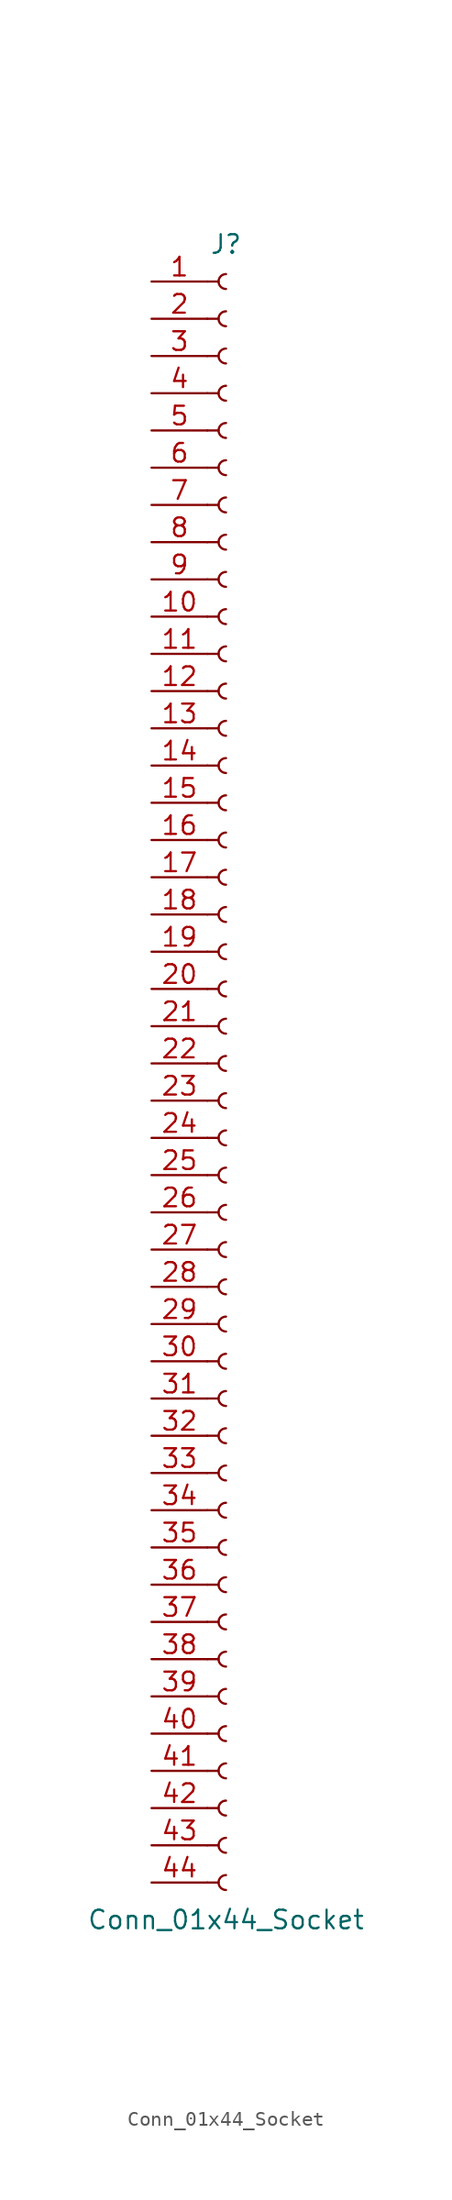
<source format=kicad_sym>
(kicad_symbol_lib
  (version 20241209)
  (generator "kicad_symbol_editor")
  (generator_version "9.0")
  (symbol "Conn_01x44_Socket"
    (pin_names
      (offset 1.016)
      (hide yes))
    (property "Reference" "J"
      (at 0 55.88 0)
      (effects (font (size 1.27 1.27))))
    (property "Value" "Conn_01x44_Socket"
      (at 0 -58.42 0)
      (effects (font (size 1.27 1.27))))
    (property "ki_locked" ""
      (at 0 0 0)
      (effects (font (size 1.27 1.27))))
    (symbol "Conn_01x44_Socket_1_1"
      (polyline (pts (xy -1.27 53.34) (xy -0.508 53.34)) (stroke (width 0.152) (type default)) (fill (type none)))
      (polyline (pts (xy -1.27 50.8) (xy -0.508 50.8)) (stroke (width 0.152) (type default)) (fill (type none)))
      (polyline (pts (xy -1.27 48.26) (xy -0.508 48.26)) (stroke (width 0.152) (type default)) (fill (type none)))
      (polyline (pts (xy -1.27 45.72) (xy -0.508 45.72)) (stroke (width 0.152) (type default)) (fill (type none)))
      (polyline (pts (xy -1.27 43.18) (xy -0.508 43.18)) (stroke (width 0.152) (type default)) (fill (type none)))
      (polyline (pts (xy -1.27 40.64) (xy -0.508 40.64)) (stroke (width 0.152) (type default)) (fill (type none)))
      (polyline (pts (xy -1.27 38.1) (xy -0.508 38.1)) (stroke (width 0.152) (type default)) (fill (type none)))
      (polyline (pts (xy -1.27 35.56) (xy -0.508 35.56)) (stroke (width 0.152) (type default)) (fill (type none)))
      (polyline (pts (xy -1.27 33.02) (xy -0.508 33.02)) (stroke (width 0.152) (type default)) (fill (type none)))
      (polyline (pts (xy -1.27 30.48) (xy -0.508 30.48)) (stroke (width 0.152) (type default)) (fill (type none)))
      (polyline (pts (xy -1.27 27.94) (xy -0.508 27.94)) (stroke (width 0.152) (type default)) (fill (type none)))
      (polyline (pts (xy -1.27 25.4) (xy -0.508 25.4)) (stroke (width 0.152) (type default)) (fill (type none)))
      (polyline (pts (xy -1.27 22.86) (xy -0.508 22.86)) (stroke (width 0.152) (type default)) (fill (type none)))
      (polyline (pts (xy -1.27 20.32) (xy -0.508 20.32)) (stroke (width 0.152) (type default)) (fill (type none)))
      (polyline (pts (xy -1.27 17.78) (xy -0.508 17.78)) (stroke (width 0.152) (type default)) (fill (type none)))
      (polyline (pts (xy -1.27 15.24) (xy -0.508 15.24)) (stroke (width 0.152) (type default)) (fill (type none)))
      (polyline (pts (xy -1.27 12.7) (xy -0.508 12.7)) (stroke (width 0.152) (type default)) (fill (type none)))
      (polyline (pts (xy -1.27 10.16) (xy -0.508 10.16)) (stroke (width 0.152) (type default)) (fill (type none)))
      (polyline (pts (xy -1.27 7.62) (xy -0.508 7.62)) (stroke (width 0.152) (type default)) (fill (type none)))
      (polyline (pts (xy -1.27 5.08) (xy -0.508 5.08)) (stroke (width 0.152) (type default)) (fill (type none)))
      (polyline (pts (xy -1.27 2.54) (xy -0.508 2.54)) (stroke (width 0.152) (type default)) (fill (type none)))
      (polyline (pts (xy -1.27 0) (xy -0.508 0)) (stroke (width 0.152) (type default)) (fill (type none)))
      (polyline (pts (xy -1.27 -2.54) (xy -0.508 -2.54)) (stroke (width 0.152) (type default)) (fill (type none)))
      (polyline (pts (xy -1.27 -5.08) (xy -0.508 -5.08)) (stroke (width 0.152) (type default)) (fill (type none)))
      (polyline (pts (xy -1.27 -7.62) (xy -0.508 -7.62)) (stroke (width 0.152) (type default)) (fill (type none)))
      (polyline (pts (xy -1.27 -10.16) (xy -0.508 -10.16)) (stroke (width 0.152) (type default)) (fill (type none)))
      (polyline (pts (xy -1.27 -12.7) (xy -0.508 -12.7)) (stroke (width 0.152) (type default)) (fill (type none)))
      (polyline (pts (xy -1.27 -15.24) (xy -0.508 -15.24)) (stroke (width 0.152) (type default)) (fill (type none)))
      (polyline (pts (xy -1.27 -17.78) (xy -0.508 -17.78)) (stroke (width 0.152) (type default)) (fill (type none)))
      (polyline (pts (xy -1.27 -20.32) (xy -0.508 -20.32)) (stroke (width 0.152) (type default)) (fill (type none)))
      (polyline (pts (xy -1.27 -22.86) (xy -0.508 -22.86)) (stroke (width 0.152) (type default)) (fill (type none)))
      (polyline (pts (xy -1.27 -25.4) (xy -0.508 -25.4)) (stroke (width 0.152) (type default)) (fill (type none)))
      (polyline (pts (xy -1.27 -27.94) (xy -0.508 -27.94)) (stroke (width 0.152) (type default)) (fill (type none)))
      (polyline (pts (xy -1.27 -30.48) (xy -0.508 -30.48)) (stroke (width 0.152) (type default)) (fill (type none)))
      (polyline (pts (xy -1.27 -33.02) (xy -0.508 -33.02)) (stroke (width 0.152) (type default)) (fill (type none)))
      (polyline (pts (xy -1.27 -35.56) (xy -0.508 -35.56)) (stroke (width 0.152) (type default)) (fill (type none)))
      (polyline (pts (xy -1.27 -38.1) (xy -0.508 -38.1)) (stroke (width 0.152) (type default)) (fill (type none)))
      (polyline (pts (xy -1.27 -40.64) (xy -0.508 -40.64)) (stroke (width 0.152) (type default)) (fill (type none)))
      (polyline (pts (xy -1.27 -43.18) (xy -0.508 -43.18)) (stroke (width 0.152) (type default)) (fill (type none)))
      (polyline (pts (xy -1.27 -45.72) (xy -0.508 -45.72)) (stroke (width 0.152) (type default)) (fill (type none)))
      (polyline (pts (xy -1.27 -48.26) (xy -0.508 -48.26)) (stroke (width 0.152) (type default)) (fill (type none)))
      (polyline (pts (xy -1.27 -50.8) (xy -0.508 -50.8)) (stroke (width 0.152) (type default)) (fill (type none)))
      (polyline (pts (xy -1.27 -53.34) (xy -0.508 -53.34)) (stroke (width 0.152) (type default)) (fill (type none)))
      (polyline (pts (xy -1.27 -55.88) (xy -0.508 -55.88)) (stroke (width 0.152) (type default)) (fill (type none)))
      (arc (start 0 52.832) (mid -0.5058 53.34) (end 0 53.848) (stroke (width 0.1524) (type default)) (fill (type none)))
      (arc (start 0 50.292) (mid -0.5058 50.8) (end 0 51.308) (stroke (width 0.1524) (type default)) (fill (type none)))
      (arc (start 0 47.752) (mid -0.5058 48.26) (end 0 48.768) (stroke (width 0.1524) (type default)) (fill (type none)))
      (arc (start 0 45.212) (mid -0.5058 45.72) (end 0 46.228) (stroke (width 0.1524) (type default)) (fill (type none)))
      (arc (start 0 42.672) (mid -0.5058 43.18) (end 0 43.688) (stroke (width 0.1524) (type default)) (fill (type none)))
      (arc (start 0 40.132) (mid -0.5058 40.64) (end 0 41.148) (stroke (width 0.1524) (type default)) (fill (type none)))
      (arc (start 0 37.592) (mid -0.5058 38.1) (end 0 38.608) (stroke (width 0.1524) (type default)) (fill (type none)))
      (arc (start 0 35.052) (mid -0.5058 35.56) (end 0 36.068) (stroke (width 0.1524) (type default)) (fill (type none)))
      (arc (start 0 32.512) (mid -0.5058 33.02) (end 0 33.528) (stroke (width 0.1524) (type default)) (fill (type none)))
      (arc (start 0 29.972) (mid -0.5058 30.48) (end 0 30.988) (stroke (width 0.1524) (type default)) (fill (type none)))
      (arc (start 0 27.432) (mid -0.5058 27.94) (end 0 28.448) (stroke (width 0.1524) (type default)) (fill (type none)))
      (arc (start 0 24.892) (mid -0.5058 25.4) (end 0 25.908) (stroke (width 0.1524) (type default)) (fill (type none)))
      (arc (start 0 22.352) (mid -0.5058 22.86) (end 0 23.368) (stroke (width 0.1524) (type default)) (fill (type none)))
      (arc (start 0 19.812) (mid -0.5058 20.32) (end 0 20.828) (stroke (width 0.1524) (type default)) (fill (type none)))
      (arc (start 0 17.272) (mid -0.5058 17.78) (end 0 18.288) (stroke (width 0.1524) (type default)) (fill (type none)))
      (arc (start 0 14.732) (mid -0.5058 15.24) (end 0 15.748) (stroke (width 0.1524) (type default)) (fill (type none)))
      (arc (start 0 12.192) (mid -0.5058 12.7) (end 0 13.208) (stroke (width 0.1524) (type default)) (fill (type none)))
      (arc (start 0 9.652) (mid -0.5058 10.16) (end 0 10.668) (stroke (width 0.1524) (type default)) (fill (type none)))
      (arc (start 0 7.112) (mid -0.5058 7.62) (end 0 8.128) (stroke (width 0.1524) (type default)) (fill (type none)))
      (arc (start 0 4.572) (mid -0.5058 5.08) (end 0 5.588) (stroke (width 0.1524) (type default)) (fill (type none)))
      (arc (start 0 2.032) (mid -0.5058 2.54) (end 0 3.048) (stroke (width 0.1524) (type default)) (fill (type none)))
      (arc (start 0 -0.508) (mid -0.5058 0) (end 0 0.508) (stroke (width 0.1524) (type default)) (fill (type none)))
      (arc (start 0 -3.048) (mid -0.5058 -2.54) (end 0 -2.032) (stroke (width 0.1524) (type default)) (fill (type none)))
      (arc (start 0 -5.588) (mid -0.5058 -5.08) (end 0 -4.572) (stroke (width 0.1524) (type default)) (fill (type none)))
      (arc (start 0 -8.128) (mid -0.5058 -7.62) (end 0 -7.112) (stroke (width 0.1524) (type default)) (fill (type none)))
      (arc (start 0 -10.668) (mid -0.5058 -10.16) (end 0 -9.652) (stroke (width 0.1524) (type default)) (fill (type none)))
      (arc (start 0 -13.208) (mid -0.5058 -12.7) (end 0 -12.192) (stroke (width 0.1524) (type default)) (fill (type none)))
      (arc (start 0 -15.748) (mid -0.5058 -15.24) (end 0 -14.732) (stroke (width 0.1524) (type default)) (fill (type none)))
      (arc (start 0 -18.288) (mid -0.5058 -17.78) (end 0 -17.272) (stroke (width 0.1524) (type default)) (fill (type none)))
      (arc (start 0 -20.828) (mid -0.5058 -20.32) (end 0 -19.812) (stroke (width 0.1524) (type default)) (fill (type none)))
      (arc (start 0 -23.368) (mid -0.5058 -22.86) (end 0 -22.352) (stroke (width 0.1524) (type default)) (fill (type none)))
      (arc (start 0 -25.908) (mid -0.5058 -25.4) (end 0 -24.892) (stroke (width 0.1524) (type default)) (fill (type none)))
      (arc (start 0 -28.448) (mid -0.5058 -27.94) (end 0 -27.432) (stroke (width 0.1524) (type default)) (fill (type none)))
      (arc (start 0 -30.988) (mid -0.5058 -30.48) (end 0 -29.972) (stroke (width 0.1524) (type default)) (fill (type none)))
      (arc (start 0 -33.528) (mid -0.5058 -33.02) (end 0 -32.512) (stroke (width 0.1524) (type default)) (fill (type none)))
      (arc (start 0 -36.068) (mid -0.5058 -35.56) (end 0 -35.052) (stroke (width 0.1524) (type default)) (fill (type none)))
      (arc (start 0 -38.608) (mid -0.5058 -38.1) (end 0 -37.592) (stroke (width 0.1524) (type default)) (fill (type none)))
      (arc (start 0 -41.148) (mid -0.5058 -40.64) (end 0 -40.132) (stroke (width 0.1524) (type default)) (fill (type none)))
      (arc (start 0 -43.688) (mid -0.5058 -43.18) (end 0 -42.672) (stroke (width 0.1524) (type default)) (fill (type none)))
      (arc (start 0 -46.228) (mid -0.5058 -45.72) (end 0 -45.212) (stroke (width 0.1524) (type default)) (fill (type none)))
      (arc (start 0 -48.768) (mid -0.5058 -48.26) (end 0 -47.752) (stroke (width 0.1524) (type default)) (fill (type none)))
      (arc (start 0 -51.308) (mid -0.5058 -50.8) (end 0 -50.292) (stroke (width 0.1524) (type default)) (fill (type none)))
      (arc (start 0 -53.848) (mid -0.5058 -53.34) (end 0 -52.832) (stroke (width 0.1524) (type default)) (fill (type none)))
      (arc (start 0 -56.388) (mid -0.5058 -55.88) (end 0 -55.372) (stroke (width 0.1524) (type default)) (fill (type none)))
      (pin passive line (at -5.08 53.34 0) (length 3.81) (name "Pin_1" (effects (font (size 1.27 1.27)))) (number "1" (effects (font (size 1.27 1.27)))))
      (pin passive line (at -5.08 50.8 0) (length 3.81) (name "Pin_2" (effects (font (size 1.27 1.27)))) (number "2" (effects (font (size 1.27 1.27)))))
      (pin passive line (at -5.08 48.26 0) (length 3.81) (name "Pin_3" (effects (font (size 1.27 1.27)))) (number "3" (effects (font (size 1.27 1.27)))))
      (pin passive line (at -5.08 45.72 0) (length 3.81) (name "Pin_4" (effects (font (size 1.27 1.27)))) (number "4" (effects (font (size 1.27 1.27)))))
      (pin passive line (at -5.08 43.18 0) (length 3.81) (name "Pin_5" (effects (font (size 1.27 1.27)))) (number "5" (effects (font (size 1.27 1.27)))))
      (pin passive line (at -5.08 40.64 0) (length 3.81) (name "Pin_6" (effects (font (size 1.27 1.27)))) (number "6" (effects (font (size 1.27 1.27)))))
      (pin passive line (at -5.08 38.1 0) (length 3.81) (name "Pin_7" (effects (font (size 1.27 1.27)))) (number "7" (effects (font (size 1.27 1.27)))))
      (pin passive line (at -5.08 35.56 0) (length 3.81) (name "Pin_8" (effects (font (size 1.27 1.27)))) (number "8" (effects (font (size 1.27 1.27)))))
      (pin passive line (at -5.08 33.02 0) (length 3.81) (name "Pin_9" (effects (font (size 1.27 1.27)))) (number "9" (effects (font (size 1.27 1.27)))))
      (pin passive line (at -5.08 30.48 0) (length 3.81) (name "Pin_10" (effects (font (size 1.27 1.27)))) (number "10" (effects (font (size 1.27 1.27)))))
      (pin passive line (at -5.08 27.94 0) (length 3.81) (name "Pin_11" (effects (font (size 1.27 1.27)))) (number "11" (effects (font (size 1.27 1.27)))))
      (pin passive line (at -5.08 25.4 0) (length 3.81) (name "Pin_12" (effects (font (size 1.27 1.27)))) (number "12" (effects (font (size 1.27 1.27)))))
      (pin passive line (at -5.08 22.86 0) (length 3.81) (name "Pin_13" (effects (font (size 1.27 1.27)))) (number "13" (effects (font (size 1.27 1.27)))))
      (pin passive line (at -5.08 20.32 0) (length 3.81) (name "Pin_14" (effects (font (size 1.27 1.27)))) (number "14" (effects (font (size 1.27 1.27)))))
      (pin passive line (at -5.08 17.78 0) (length 3.81) (name "Pin_15" (effects (font (size 1.27 1.27)))) (number "15" (effects (font (size 1.27 1.27)))))
      (pin passive line (at -5.08 15.24 0) (length 3.81) (name "Pin_16" (effects (font (size 1.27 1.27)))) (number "16" (effects (font (size 1.27 1.27)))))
      (pin passive line (at -5.08 12.7 0) (length 3.81) (name "Pin_17" (effects (font (size 1.27 1.27)))) (number "17" (effects (font (size 1.27 1.27)))))
      (pin passive line (at -5.08 10.16 0) (length 3.81) (name "Pin_18" (effects (font (size 1.27 1.27)))) (number "18" (effects (font (size 1.27 1.27)))))
      (pin passive line (at -5.08 7.62 0) (length 3.81) (name "Pin_19" (effects (font (size 1.27 1.27)))) (number "19" (effects (font (size 1.27 1.27)))))
      (pin passive line (at -5.08 5.08 0) (length 3.81) (name "Pin_20" (effects (font (size 1.27 1.27)))) (number "20" (effects (font (size 1.27 1.27)))))
      (pin passive line (at -5.08 2.54 0) (length 3.81) (name "Pin_21" (effects (font (size 1.27 1.27)))) (number "21" (effects (font (size 1.27 1.27)))))
      (pin passive line (at -5.08 0 0) (length 3.81) (name "Pin_22" (effects (font (size 1.27 1.27)))) (number "22" (effects (font (size 1.27 1.27)))))
      (pin passive line (at -5.08 -2.54 0) (length 3.81) (name "Pin_23" (effects (font (size 1.27 1.27)))) (number "23" (effects (font (size 1.27 1.27)))))
      (pin passive line (at -5.08 -5.08 0) (length 3.81) (name "Pin_24" (effects (font (size 1.27 1.27)))) (number "24" (effects (font (size 1.27 1.27)))))
      (pin passive line (at -5.08 -7.62 0) (length 3.81) (name "Pin_25" (effects (font (size 1.27 1.27)))) (number "25" (effects (font (size 1.27 1.27)))))
      (pin passive line (at -5.08 -10.16 0) (length 3.81) (name "Pin_26" (effects (font (size 1.27 1.27)))) (number "26" (effects (font (size 1.27 1.27)))))
      (pin passive line (at -5.08 -12.7 0) (length 3.81) (name "Pin_27" (effects (font (size 1.27 1.27)))) (number "27" (effects (font (size 1.27 1.27)))))
      (pin passive line (at -5.08 -15.24 0) (length 3.81) (name "Pin_28" (effects (font (size 1.27 1.27)))) (number "28" (effects (font (size 1.27 1.27)))))
      (pin passive line (at -5.08 -17.78 0) (length 3.81) (name "Pin_29" (effects (font (size 1.27 1.27)))) (number "29" (effects (font (size 1.27 1.27)))))
      (pin passive line (at -5.08 -20.32 0) (length 3.81) (name "Pin_30" (effects (font (size 1.27 1.27)))) (number "30" (effects (font (size 1.27 1.27)))))
      (pin passive line (at -5.08 -22.86 0) (length 3.81) (name "Pin_31" (effects (font (size 1.27 1.27)))) (number "31" (effects (font (size 1.27 1.27)))))
      (pin passive line (at -5.08 -25.4 0) (length 3.81) (name "Pin_32" (effects (font (size 1.27 1.27)))) (number "32" (effects (font (size 1.27 1.27)))))
      (pin passive line (at -5.08 -27.94 0) (length 3.81) (name "Pin_33" (effects (font (size 1.27 1.27)))) (number "33" (effects (font (size 1.27 1.27)))))
      (pin passive line (at -5.08 -30.48 0) (length 3.81) (name "Pin_34" (effects (font (size 1.27 1.27)))) (number "34" (effects (font (size 1.27 1.27)))))
      (pin passive line (at -5.08 -33.02 0) (length 3.81) (name "Pin_35" (effects (font (size 1.27 1.27)))) (number "35" (effects (font (size 1.27 1.27)))))
      (pin passive line (at -5.08 -35.56 0) (length 3.81) (name "Pin_36" (effects (font (size 1.27 1.27)))) (number "36" (effects (font (size 1.27 1.27)))))
      (pin passive line (at -5.08 -38.1 0) (length 3.81) (name "Pin_37" (effects (font (size 1.27 1.27)))) (number "37" (effects (font (size 1.27 1.27)))))
      (pin passive line (at -5.08 -40.64 0) (length 3.81) (name "Pin_38" (effects (font (size 1.27 1.27)))) (number "38" (effects (font (size 1.27 1.27)))))
      (pin passive line (at -5.08 -43.18 0) (length 3.81) (name "Pin_39" (effects (font (size 1.27 1.27)))) (number "39" (effects (font (size 1.27 1.27)))))
      (pin passive line (at -5.08 -45.72 0) (length 3.81) (name "Pin_40" (effects (font (size 1.27 1.27)))) (number "40" (effects (font (size 1.27 1.27)))))
      (pin passive line (at -5.08 -48.26 0) (length 3.81) (name "Pin_41" (effects (font (size 1.27 1.27)))) (number "41" (effects (font (size 1.27 1.27)))))
      (pin passive line (at -5.08 -50.8 0) (length 3.81) (name "Pin_42" (effects (font (size 1.27 1.27)))) (number "42" (effects (font (size 1.27 1.27)))))
      (pin passive line (at -5.08 -53.34 0) (length 3.81) (name "Pin_43" (effects (font (size 1.27 1.27)))) (number "43" (effects (font (size 1.27 1.27)))))
      (pin passive line (at -5.08 -55.88 0) (length 3.81) (name "Pin_44" (effects (font (size 1.27 1.27)))) (number "44" (effects (font (size 1.27 1.27))))))))
</source>
